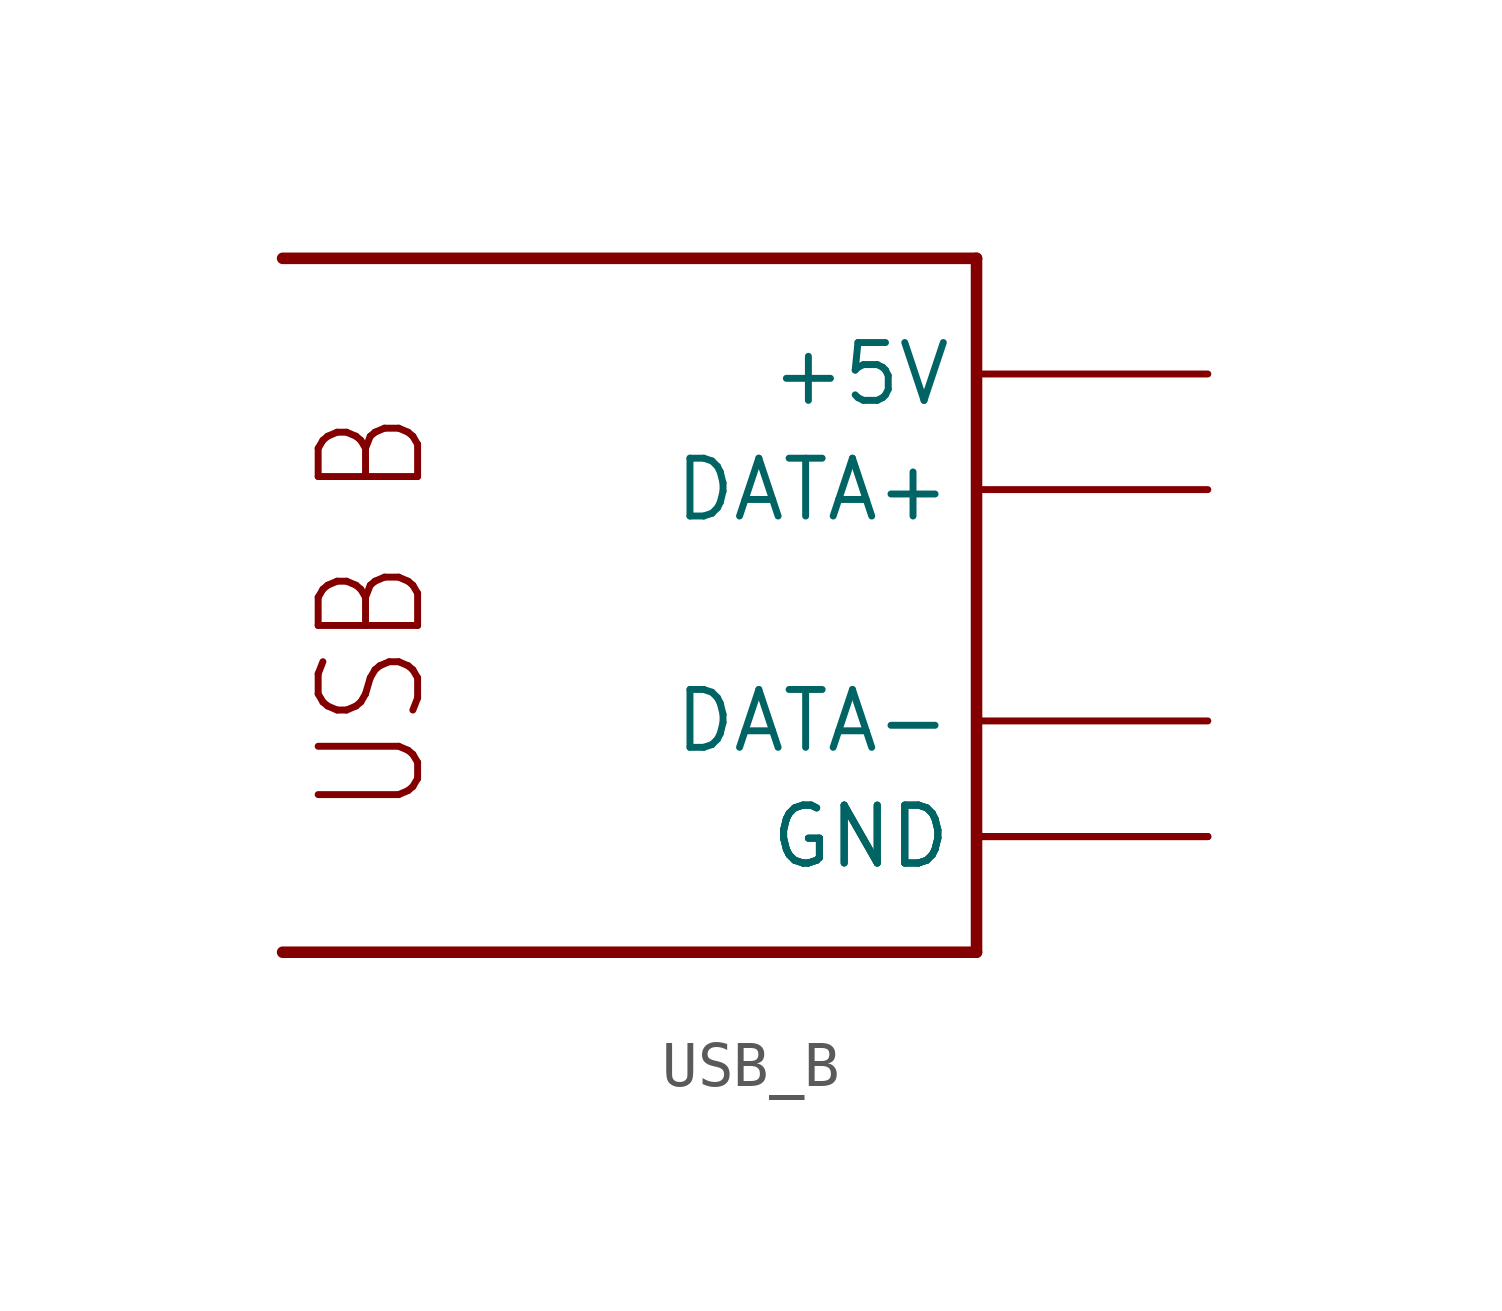
<source format=kicad_sym>
(kicad_symbol_lib
  (version 20211014)
  (generator kicad_symbol_editor)
  (symbol "USB_B"
    (property "Reference" "X"
      (at 0 0 0)
      (effects (font (size 1.27 1.27)) hide))
    (property "ki_locked" ""
      (at 0 0 0)
      (effects (font (size 1.27 1.27))))
    (symbol "USB_B_1_0"
      (polyline (pts (xy 0 -7.62) (xy -15.24 -7.62)) (stroke (width 0.254) (type default) (color 0 0 0 0)) (fill (type none)))
      (polyline (pts (xy 0 -7.62) (xy 0 7.62)) (stroke (width 0.254) (type default) (color 0 0 0 0)) (fill (type none)))
      (polyline (pts (xy 0 7.62) (xy -15.24 7.62)) (stroke (width 0.254) (type default) (color 0 0 0 0)) (fill (type none)))
      (text "USB B" (at -12 -4.7 900) (effects (font (size 2.184 1.857)) (justify left bottom)))
      (pin bidirectional line (at 5.08 5.08 180) (length 5.08) (name "+5V" (effects (font (size 1.27 1.27)))) (number "1" (effects (font (size 0 0)))))
      (pin bidirectional line (at 5.08 -2.54 180) (length 5.08) (name "DATA-" (effects (font (size 1.27 1.27)))) (number "2" (effects (font (size 0 0)))))
      (pin bidirectional line (at 5.08 2.54 180) (length 5.08) (name "DATA+" (effects (font (size 1.27 1.27)))) (number "3" (effects (font (size 0 0)))))
      (pin bidirectional line (at 5.08 -5.08 180) (length 5.08) (name "GND" (effects (font (size 1.27 1.27)))) (number "4" (effects (font (size 0 0)))))
      (pin bidirectional line (at 5.08 -5.08 180) (length 5.08) (name "GND" (effects (font (size 1.27 1.27)))) (number "GND" (effects (font (size 0 0)))))
      (pin bidirectional line (at 5.08 -5.08 180) (length 5.08) (name "GND" (effects (font (size 1.27 1.27)))) (number "GND2" (effects (font (size 0 0))))))))
</source>
